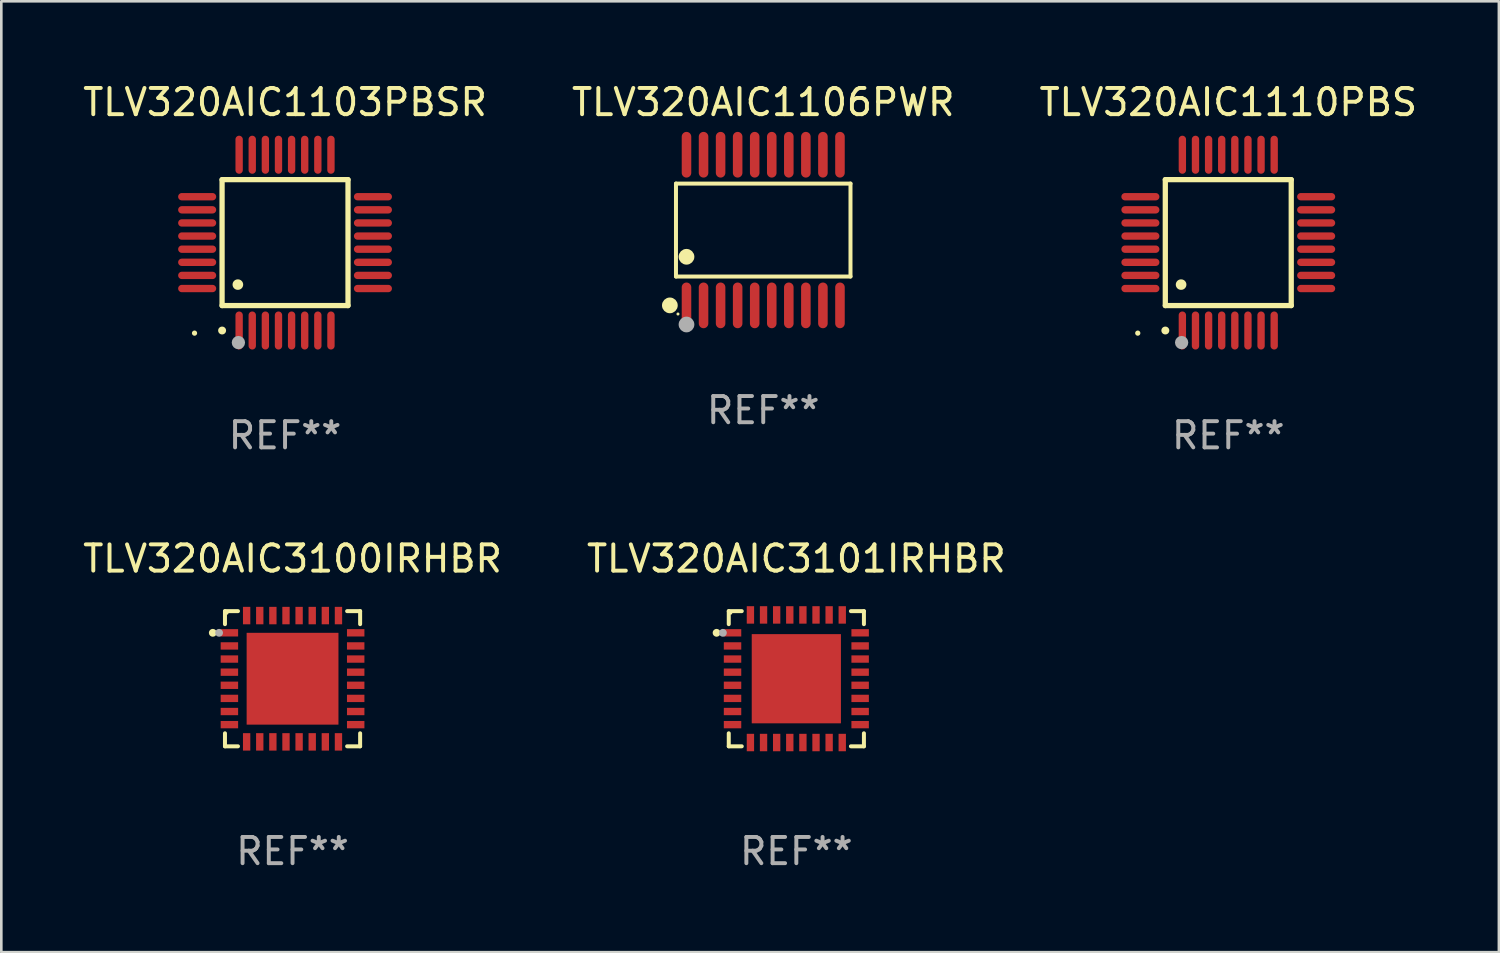
<source format=kicad_pcb>
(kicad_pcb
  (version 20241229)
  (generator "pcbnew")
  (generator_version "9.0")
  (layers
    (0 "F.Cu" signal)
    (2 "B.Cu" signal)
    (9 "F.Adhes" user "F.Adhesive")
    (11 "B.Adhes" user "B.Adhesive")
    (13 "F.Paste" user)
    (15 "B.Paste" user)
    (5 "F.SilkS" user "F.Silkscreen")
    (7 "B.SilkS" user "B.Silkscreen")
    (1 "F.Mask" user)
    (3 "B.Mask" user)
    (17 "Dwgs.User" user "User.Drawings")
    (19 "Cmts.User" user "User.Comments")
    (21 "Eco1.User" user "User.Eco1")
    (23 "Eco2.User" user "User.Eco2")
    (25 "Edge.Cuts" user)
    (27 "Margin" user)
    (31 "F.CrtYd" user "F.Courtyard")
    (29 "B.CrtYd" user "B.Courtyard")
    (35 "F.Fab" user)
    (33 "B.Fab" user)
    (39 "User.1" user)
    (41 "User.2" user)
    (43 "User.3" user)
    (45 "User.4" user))
  (footprint "TLV320AIC3101IRHBR"
    (layer "F.Cu")
    (at 27.304 22.821)
    (property "Reference" "TLV320AIC3101IRHBR" (at 0 -4.576 0) (layer "F.SilkS") (effects (font (size 1 1) (thickness 0.15))))
    (attr through_hole)
    (fp_line (start -2.576 -2.576) (end -2.576 -2.08) (stroke (width 0.152) (type solid)) (layer "F.SilkS"))
    (fp_line (start -2.576 2.576) (end -2.576 2.08) (stroke (width 0.152) (type solid)) (layer "F.SilkS"))
    (fp_line (start -2.08 -2.576) (end -2.576 -2.576) (stroke (width 0.152) (type solid)) (layer "F.SilkS"))
    (fp_line (start -2.08 2.576) (end -2.576 2.576) (stroke (width 0.152) (type solid)) (layer "F.SilkS"))
    (fp_line (start 2.08 -2.576) (end 2.576 -2.576) (stroke (width 0.152) (type solid)) (layer "F.SilkS"))
    (fp_line (start 2.08 2.576) (end 2.576 2.576) (stroke (width 0.152) (type solid)) (layer "F.SilkS"))
    (fp_line (start 2.576 -2.576) (end 2.576 -2.08) (stroke (width 0.152) (type solid)) (layer "F.SilkS"))
    (fp_line (start 2.576 2.576) (end 2.576 2.08) (stroke (width 0.152) (type solid)) (layer "F.SilkS"))
    (fp_circle (center -3.04 -1.75) (end -2.965 -1.75) (stroke (width 0.15) (type solid)) (fill no) (layer "F.SilkS"))
    (fp_circle (center -2.5 -2.5) (end -2.47 -2.5) (stroke (width 0.06) (type solid)) (fill no) (layer "F.SilkS"))
    (fp_circle (center -2.8 -1.75) (end -2.725 -1.75) (stroke (width 0.15) (type solid)) (fill no) (layer "F.Fab"))
    (fp_text user "REF**" (at 0 6.576 0) (layer "F.Fab") (effects (font (size 1 1) (thickness 0.15))))
    (pad "1" smd rect (at -2.432 -1.75) (size 0.665 0.28) (layers "F.Cu" "F.Mask" "F.Paste"))
    (pad "2" smd rect (at -2.432 -1.25) (size 0.665 0.28) (layers "F.Cu" "F.Mask" "F.Paste"))
    (pad "3" smd rect (at -2.432 -0.75) (size 0.665 0.28) (layers "F.Cu" "F.Mask" "F.Paste"))
    (pad "4" smd rect (at -2.432 -0.25) (size 0.665 0.28) (layers "F.Cu" "F.Mask" "F.Paste"))
    (pad "5" smd rect (at -2.432 0.25) (size 0.665 0.28) (layers "F.Cu" "F.Mask" "F.Paste"))
    (pad "6" smd rect (at -2.432 0.75) (size 0.665 0.28) (layers "F.Cu" "F.Mask" "F.Paste"))
    (pad "7" smd rect (at -2.432 1.25) (size 0.665 0.28) (layers "F.Cu" "F.Mask" "F.Paste"))
    (pad "8" smd rect (at -2.432 1.75) (size 0.665 0.28) (layers "F.Cu" "F.Mask" "F.Paste"))
    (pad "9" smd rect (at -1.75 2.432) (size 0.28 0.665) (layers "F.Cu" "F.Mask" "F.Paste"))
    (pad "10" smd rect (at -1.25 2.432) (size 0.28 0.665) (layers "F.Cu" "F.Mask" "F.Paste"))
    (pad "11" smd rect (at -0.75 2.432) (size 0.28 0.665) (layers "F.Cu" "F.Mask" "F.Paste"))
    (pad "12" smd rect (at -0.25 2.432) (size 0.28 0.665) (layers "F.Cu" "F.Mask" "F.Paste"))
    (pad "13" smd rect (at 0.25 2.432) (size 0.28 0.665) (layers "F.Cu" "F.Mask" "F.Paste"))
    (pad "14" smd rect (at 0.75 2.432) (size 0.28 0.665) (layers "F.Cu" "F.Mask" "F.Paste"))
    (pad "15" smd rect (at 1.25 2.432) (size 0.28 0.665) (layers "F.Cu" "F.Mask" "F.Paste"))
    (pad "16" smd rect (at 1.75 2.432) (size 0.28 0.665) (layers "F.Cu" "F.Mask" "F.Paste"))
    (pad "17" smd rect (at 2.432 1.75) (size 0.665 0.28) (layers "F.Cu" "F.Mask" "F.Paste"))
    (pad "18" smd rect (at 2.432 1.25) (size 0.665 0.28) (layers "F.Cu" "F.Mask" "F.Paste"))
    (pad "19" smd rect (at 2.432 0.75) (size 0.665 0.28) (layers "F.Cu" "F.Mask" "F.Paste"))
    (pad "20" smd rect (at 2.432 0.25) (size 0.665 0.28) (layers "F.Cu" "F.Mask" "F.Paste"))
    (pad "21" smd rect (at 2.432 -0.25) (size 0.665 0.28) (layers "F.Cu" "F.Mask" "F.Paste"))
    (pad "22" smd rect (at 2.432 -0.75) (size 0.665 0.28) (layers "F.Cu" "F.Mask" "F.Paste"))
    (pad "23" smd rect (at 2.432 -1.25) (size 0.665 0.28) (layers "F.Cu" "F.Mask" "F.Paste"))
    (pad "24" smd rect (at 2.432 -1.75) (size 0.665 0.28) (layers "F.Cu" "F.Mask" "F.Paste"))
    (pad "25" smd rect (at 1.75 -2.432) (size 0.28 0.665) (layers "F.Cu" "F.Mask" "F.Paste"))
    (pad "26" smd rect (at 1.25 -2.432) (size 0.28 0.665) (layers "F.Cu" "F.Mask" "F.Paste"))
    (pad "27" smd rect (at 0.75 -2.432) (size 0.28 0.665) (layers "F.Cu" "F.Mask" "F.Paste"))
    (pad "28" smd rect (at 0.25 -2.432) (size 0.28 0.665) (layers "F.Cu" "F.Mask" "F.Paste"))
    (pad "29" smd rect (at -0.25 -2.432) (size 0.28 0.665) (layers "F.Cu" "F.Mask" "F.Paste"))
    (pad "30" smd rect (at -0.75 -2.432) (size 0.28 0.665) (layers "F.Cu" "F.Mask" "F.Paste"))
    (pad "31" smd rect (at -1.25 -2.432) (size 0.28 0.665) (layers "F.Cu" "F.Mask" "F.Paste"))
    (pad "32" smd rect (at -1.75 -2.432) (size 0.28 0.665) (layers "F.Cu" "F.Mask" "F.Paste"))
    (pad "33" smd rect (at 0 0) (size 3.4 3.4) (layers "F.Cu" "F.Mask" "F.Paste")))
  (footprint "TLV320AIC1106PWR"
    (layer "F.Cu")
    (at 26.042 5.719)
    (property "Reference" "TLV320AIC1106PWR" (at 0 -4.871 0) (layer "F.SilkS") (effects (font (size 1 1) (thickness 0.15))))
    (attr through_hole)
    (fp_line (start -3.326 -1.771) (end 3.326 -1.771) (stroke (width 0.152) (type solid)) (layer "F.SilkS"))
    (fp_line (start -3.326 1.771) (end -3.326 -1.771) (stroke (width 0.152) (type solid)) (layer "F.SilkS"))
    (fp_line (start 3.326 -1.771) (end 3.326 1.771) (stroke (width 0.152) (type solid)) (layer "F.SilkS"))
    (fp_line (start 3.326 1.771) (end -3.326 1.771) (stroke (width 0.152) (type solid)) (layer "F.SilkS"))
    (fp_circle (center -3.559 2.871) (end -3.409 2.871) (stroke (width 0.3) (type solid)) (fill no) (layer "F.SilkS"))
    (fp_circle (center -3.25 3.2) (end -3.22 3.2) (stroke (width 0.06) (type solid)) (fill no) (layer "F.SilkS"))
    (fp_circle (center -2.925 1.019) (end -2.775 1.019) (stroke (width 0.3) (type solid)) (fill no) (layer "F.SilkS"))
    (fp_circle (center -2.925 3.6) (end -2.775 3.6) (stroke (width 0.3) (type solid)) (fill no) (layer "F.Fab"))
    (fp_text user "REF**" (at 0 6.871 0) (layer "F.Fab") (effects (font (size 1 1) (thickness 0.15))))
    (pad "1" smd oval (at -2.925 2.871) (size 0.364 1.742) (layers "F.Cu" "F.Mask" "F.Paste"))
    (pad "2" smd oval (at -2.275 2.871) (size 0.364 1.742) (layers "F.Cu" "F.Mask" "F.Paste"))
    (pad "3" smd oval (at -1.625 2.871) (size 0.364 1.742) (layers "F.Cu" "F.Mask" "F.Paste"))
    (pad "4" smd oval (at -0.975 2.871) (size 0.364 1.742) (layers "F.Cu" "F.Mask" "F.Paste"))
    (pad "5" smd oval (at -0.325 2.871) (size 0.364 1.742) (layers "F.Cu" "F.Mask" "F.Paste"))
    (pad "6" smd oval (at 0.325 2.871) (size 0.364 1.742) (layers "F.Cu" "F.Mask" "F.Paste"))
    (pad "7" smd oval (at 0.975 2.871) (size 0.364 1.742) (layers "F.Cu" "F.Mask" "F.Paste"))
    (pad "8" smd oval (at 1.625 2.871) (size 0.364 1.742) (layers "F.Cu" "F.Mask" "F.Paste"))
    (pad "9" smd oval (at 2.275 2.871) (size 0.364 1.742) (layers "F.Cu" "F.Mask" "F.Paste"))
    (pad "10" smd oval (at 2.925 2.871) (size 0.364 1.742) (layers "F.Cu" "F.Mask" "F.Paste"))
    (pad "11" smd oval (at 2.925 -2.871) (size 0.364 1.742) (layers "F.Cu" "F.Mask" "F.Paste"))
    (pad "12" smd oval (at 2.275 -2.871) (size 0.364 1.742) (layers "F.Cu" "F.Mask" "F.Paste"))
    (pad "13" smd oval (at 1.625 -2.871) (size 0.364 1.742) (layers "F.Cu" "F.Mask" "F.Paste"))
    (pad "14" smd oval (at 0.975 -2.871) (size 0.364 1.742) (layers "F.Cu" "F.Mask" "F.Paste"))
    (pad "15" smd oval (at 0.325 -2.871) (size 0.364 1.742) (layers "F.Cu" "F.Mask" "F.Paste"))
    (pad "16" smd oval (at -0.325 -2.871) (size 0.364 1.742) (layers "F.Cu" "F.Mask" "F.Paste"))
    (pad "17" smd oval (at -0.975 -2.871) (size 0.364 1.742) (layers "F.Cu" "F.Mask" "F.Paste"))
    (pad "18" smd oval (at -1.625 -2.871) (size 0.364 1.742) (layers "F.Cu" "F.Mask" "F.Paste"))
    (pad "19" smd oval (at -2.275 -2.871) (size 0.364 1.742) (layers "F.Cu" "F.Mask" "F.Paste"))
    (pad "20" smd oval (at -2.925 -2.871) (size 0.364 1.742) (layers "F.Cu" "F.Mask" "F.Paste")))
  (footprint "TLV320AIC1110PBS"
    (layer "F.Cu")
    (at 43.768 6.198)
    (property "Reference" "TLV320AIC1110PBS" (at 0 -5.35 0) (layer "F.SilkS") (effects (font (size 1 1) (thickness 0.15))))
    (attr through_hole)
    (fp_line (start -2.4 -2.4) (end -2.4 2.4) (stroke (width 0.2) (type solid)) (layer "F.SilkS"))
    (fp_line (start -2.4 2.4) (end 2.4 2.4) (stroke (width 0.2) (type solid)) (layer "F.SilkS"))
    (fp_line (start 2.4 -2.4) (end -2.4 -2.4) (stroke (width 0.2) (type solid)) (layer "F.SilkS"))
    (fp_line (start 2.4 2.4) (end 2.4 -2.4) (stroke (width 0.2) (type solid)) (layer "F.SilkS"))
    (fp_arc (start -2.400305 3.350267) (mid -2.399035 3.350262) (end -2.397765 3.350267) (stroke (width 0.3) (type solid)) (layer "F.SilkS"))
    (fp_arc (start -1.800864 1.600203) (mid -1.798324 1.600187) (end -1.795784 1.600203) (stroke (width 0.4) (type solid)) (layer "F.SilkS"))
    (fp_circle (center -3.45 3.45) (end -3.4 3.45) (stroke (width 0.1) (type solid)) (fill no) (layer "F.SilkS"))
    (fp_circle (center -1.778 3.81) (end -1.651 3.81) (stroke (width 0.254) (type solid)) (fill no) (layer "F.Fab"))
    (fp_text user "REF**" (at 0 7.35 0) (layer "F.Fab") (effects (font (size 1 1) (thickness 0.15))))
    (pad "1" smd oval (at -1.75 3.35) (size 0.28 1.45) (layers "F.Cu" "F.Mask" "F.Paste"))
    (pad "2" smd oval (at -1.25 3.35) (size 0.28 1.45) (layers "F.Cu" "F.Mask" "F.Paste"))
    (pad "3" smd oval (at -0.75 3.35) (size 0.28 1.45) (layers "F.Cu" "F.Mask" "F.Paste"))
    (pad "4" smd oval (at -0.25 3.35) (size 0.28 1.45) (layers "F.Cu" "F.Mask" "F.Paste"))
    (pad "5" smd oval (at 0.25 3.35) (size 0.28 1.45) (layers "F.Cu" "F.Mask" "F.Paste"))
    (pad "6" smd oval (at 0.75 3.35) (size 0.28 1.45) (layers "F.Cu" "F.Mask" "F.Paste"))
    (pad "7" smd oval (at 1.25 3.35) (size 0.28 1.45) (layers "F.Cu" "F.Mask" "F.Paste"))
    (pad "8" smd oval (at 1.75 3.35) (size 0.28 1.45) (layers "F.Cu" "F.Mask" "F.Paste"))
    (pad "9" smd oval (at 3.35 1.75) (size 1.45 0.28) (layers "F.Cu" "F.Mask" "F.Paste"))
    (pad "10" smd oval (at 3.35 1.25) (size 1.45 0.28) (layers "F.Cu" "F.Mask" "F.Paste"))
    (pad "11" smd oval (at 3.35 0.75) (size 1.45 0.28) (layers "F.Cu" "F.Mask" "F.Paste"))
    (pad "12" smd oval (at 3.35 0.25) (size 1.45 0.28) (layers "F.Cu" "F.Mask" "F.Paste"))
    (pad "13" smd oval (at 3.35 -0.25) (size 1.45 0.28) (layers "F.Cu" "F.Mask" "F.Paste"))
    (pad "14" smd oval (at 3.35 -0.75) (size 1.45 0.28) (layers "F.Cu" "F.Mask" "F.Paste"))
    (pad "15" smd oval (at 3.35 -1.25) (size 1.45 0.28) (layers "F.Cu" "F.Mask" "F.Paste"))
    (pad "16" smd oval (at 3.35 -1.75) (size 1.45 0.28) (layers "F.Cu" "F.Mask" "F.Paste"))
    (pad "17" smd oval (at 1.75 -3.35) (size 0.28 1.45) (layers "F.Cu" "F.Mask" "F.Paste"))
    (pad "18" smd oval (at 1.25 -3.35) (size 0.28 1.45) (layers "F.Cu" "F.Mask" "F.Paste"))
    (pad "19" smd oval (at 0.75 -3.35) (size 0.28 1.45) (layers "F.Cu" "F.Mask" "F.Paste"))
    (pad "20" smd oval (at 0.25 -3.35) (size 0.28 1.45) (layers "F.Cu" "F.Mask" "F.Paste"))
    (pad "21" smd oval (at -0.25 -3.35) (size 0.28 1.45) (layers "F.Cu" "F.Mask" "F.Paste"))
    (pad "22" smd oval (at -0.75 -3.35) (size 0.28 1.45) (layers "F.Cu" "F.Mask" "F.Paste"))
    (pad "23" smd oval (at -1.25 -3.35) (size 0.28 1.45) (layers "F.Cu" "F.Mask" "F.Paste"))
    (pad "24" smd oval (at -1.75 -3.35) (size 0.28 1.45) (layers "F.Cu" "F.Mask" "F.Paste"))
    (pad "25" smd oval (at -3.35 -1.75) (size 1.45 0.28) (layers "F.Cu" "F.Mask" "F.Paste"))
    (pad "26" smd oval (at -3.35 -1.25) (size 1.45 0.28) (layers "F.Cu" "F.Mask" "F.Paste"))
    (pad "27" smd oval (at -3.35 -0.75) (size 1.45 0.28) (layers "F.Cu" "F.Mask" "F.Paste"))
    (pad "28" smd oval (at -3.35 -0.25) (size 1.45 0.28) (layers "F.Cu" "F.Mask" "F.Paste"))
    (pad "29" smd oval (at -3.35 0.25) (size 1.45 0.28) (layers "F.Cu" "F.Mask" "F.Paste"))
    (pad "30" smd oval (at -3.35 0.75) (size 1.45 0.28) (layers "F.Cu" "F.Mask" "F.Paste"))
    (pad "31" smd oval (at -3.35 1.25) (size 1.45 0.28) (layers "F.Cu" "F.Mask" "F.Paste"))
    (pad "32" smd oval (at -3.35 1.75) (size 1.45 0.28) (layers "F.Cu" "F.Mask" "F.Paste")))
  (footprint "TLV320AIC1103PBSR"
    (layer "F.Cu")
    (at 7.815 6.198)
    (property "Reference" "TLV320AIC1103PBSR" (at 0 -5.35 0) (layer "F.SilkS") (effects (font (size 1 1) (thickness 0.15))))
    (attr through_hole)
    (fp_line (start -2.4 -2.4) (end -2.4 2.4) (stroke (width 0.2) (type solid)) (layer "F.SilkS"))
    (fp_line (start -2.4 2.4) (end 2.4 2.4) (stroke (width 0.2) (type solid)) (layer "F.SilkS"))
    (fp_line (start 2.4 -2.4) (end -2.4 -2.4) (stroke (width 0.2) (type solid)) (layer "F.SilkS"))
    (fp_line (start 2.4 2.4) (end 2.4 -2.4) (stroke (width 0.2) (type solid)) (layer "F.SilkS"))
    (fp_arc (start -2.400305 3.350267) (mid -2.399035 3.350262) (end -2.397765 3.350267) (stroke (width 0.3) (type solid)) (layer "F.SilkS"))
    (fp_arc (start -1.800864 1.600203) (mid -1.798324 1.600187) (end -1.795784 1.600203) (stroke (width 0.4) (type solid)) (layer "F.SilkS"))
    (fp_circle (center -3.45 3.45) (end -3.4 3.45) (stroke (width 0.1) (type solid)) (fill no) (layer "F.SilkS"))
    (fp_circle (center -1.778 3.81) (end -1.651 3.81) (stroke (width 0.254) (type solid)) (fill no) (layer "F.Fab"))
    (fp_text user "REF**" (at 0 7.35 0) (layer "F.Fab") (effects (font (size 1 1) (thickness 0.15))))
    (pad "1" smd oval (at -1.75 3.35) (size 0.28 1.45) (layers "F.Cu" "F.Mask" "F.Paste"))
    (pad "2" smd oval (at -1.25 3.35) (size 0.28 1.45) (layers "F.Cu" "F.Mask" "F.Paste"))
    (pad "3" smd oval (at -0.75 3.35) (size 0.28 1.45) (layers "F.Cu" "F.Mask" "F.Paste"))
    (pad "4" smd oval (at -0.25 3.35) (size 0.28 1.45) (layers "F.Cu" "F.Mask" "F.Paste"))
    (pad "5" smd oval (at 0.25 3.35) (size 0.28 1.45) (layers "F.Cu" "F.Mask" "F.Paste"))
    (pad "6" smd oval (at 0.75 3.35) (size 0.28 1.45) (layers "F.Cu" "F.Mask" "F.Paste"))
    (pad "7" smd oval (at 1.25 3.35) (size 0.28 1.45) (layers "F.Cu" "F.Mask" "F.Paste"))
    (pad "8" smd oval (at 1.75 3.35) (size 0.28 1.45) (layers "F.Cu" "F.Mask" "F.Paste"))
    (pad "9" smd oval (at 3.35 1.75) (size 1.45 0.28) (layers "F.Cu" "F.Mask" "F.Paste"))
    (pad "10" smd oval (at 3.35 1.25) (size 1.45 0.28) (layers "F.Cu" "F.Mask" "F.Paste"))
    (pad "11" smd oval (at 3.35 0.75) (size 1.45 0.28) (layers "F.Cu" "F.Mask" "F.Paste"))
    (pad "12" smd oval (at 3.35 0.25) (size 1.45 0.28) (layers "F.Cu" "F.Mask" "F.Paste"))
    (pad "13" smd oval (at 3.35 -0.25) (size 1.45 0.28) (layers "F.Cu" "F.Mask" "F.Paste"))
    (pad "14" smd oval (at 3.35 -0.75) (size 1.45 0.28) (layers "F.Cu" "F.Mask" "F.Paste"))
    (pad "15" smd oval (at 3.35 -1.25) (size 1.45 0.28) (layers "F.Cu" "F.Mask" "F.Paste"))
    (pad "16" smd oval (at 3.35 -1.75) (size 1.45 0.28) (layers "F.Cu" "F.Mask" "F.Paste"))
    (pad "17" smd oval (at 1.75 -3.35) (size 0.28 1.45) (layers "F.Cu" "F.Mask" "F.Paste"))
    (pad "18" smd oval (at 1.25 -3.35) (size 0.28 1.45) (layers "F.Cu" "F.Mask" "F.Paste"))
    (pad "19" smd oval (at 0.75 -3.35) (size 0.28 1.45) (layers "F.Cu" "F.Mask" "F.Paste"))
    (pad "20" smd oval (at 0.25 -3.35) (size 0.28 1.45) (layers "F.Cu" "F.Mask" "F.Paste"))
    (pad "21" smd oval (at -0.25 -3.35) (size 0.28 1.45) (layers "F.Cu" "F.Mask" "F.Paste"))
    (pad "22" smd oval (at -0.75 -3.35) (size 0.28 1.45) (layers "F.Cu" "F.Mask" "F.Paste"))
    (pad "23" smd oval (at -1.25 -3.35) (size 0.28 1.45) (layers "F.Cu" "F.Mask" "F.Paste"))
    (pad "24" smd oval (at -1.75 -3.35) (size 0.28 1.45) (layers "F.Cu" "F.Mask" "F.Paste"))
    (pad "25" smd oval (at -3.35 -1.75) (size 1.45 0.28) (layers "F.Cu" "F.Mask" "F.Paste"))
    (pad "26" smd oval (at -3.35 -1.25) (size 1.45 0.28) (layers "F.Cu" "F.Mask" "F.Paste"))
    (pad "27" smd oval (at -3.35 -0.75) (size 1.45 0.28) (layers "F.Cu" "F.Mask" "F.Paste"))
    (pad "28" smd oval (at -3.35 -0.25) (size 1.45 0.28) (layers "F.Cu" "F.Mask" "F.Paste"))
    (pad "29" smd oval (at -3.35 0.25) (size 1.45 0.28) (layers "F.Cu" "F.Mask" "F.Paste"))
    (pad "30" smd oval (at -3.35 0.75) (size 1.45 0.28) (layers "F.Cu" "F.Mask" "F.Paste"))
    (pad "31" smd oval (at -3.35 1.25) (size 1.45 0.28) (layers "F.Cu" "F.Mask" "F.Paste"))
    (pad "32" smd oval (at -3.35 1.75) (size 1.45 0.28) (layers "F.Cu" "F.Mask" "F.Paste")))
  (footprint "TLV320AIC3100IRHBR"
    (layer "F.Cu")
    (at 8.101 22.821)
    (property "Reference" "TLV320AIC3100IRHBR" (at 0 -4.576 0) (layer "F.SilkS") (effects (font (size 1 1) (thickness 0.15))))
    (attr through_hole)
    (fp_line (start -2.576 -2.576) (end -2.576 -2.08) (stroke (width 0.152) (type solid)) (layer "F.SilkS"))
    (fp_line (start -2.576 2.576) (end -2.576 2.08) (stroke (width 0.152) (type solid)) (layer "F.SilkS"))
    (fp_line (start -2.08 -2.576) (end -2.576 -2.576) (stroke (width 0.152) (type solid)) (layer "F.SilkS"))
    (fp_line (start -2.08 2.576) (end -2.576 2.576) (stroke (width 0.152) (type solid)) (layer "F.SilkS"))
    (fp_line (start 2.08 -2.576) (end 2.576 -2.576) (stroke (width 0.152) (type solid)) (layer "F.SilkS"))
    (fp_line (start 2.08 2.576) (end 2.576 2.576) (stroke (width 0.152) (type solid)) (layer "F.SilkS"))
    (fp_line (start 2.576 -2.576) (end 2.576 -2.08) (stroke (width 0.152) (type solid)) (layer "F.SilkS"))
    (fp_line (start 2.576 2.576) (end 2.576 2.08) (stroke (width 0.152) (type solid)) (layer "F.SilkS"))
    (fp_circle (center -3.04 -1.75) (end -2.965 -1.75) (stroke (width 0.15) (type solid)) (fill no) (layer "F.SilkS"))
    (fp_circle (center -2.5 -2.5) (end -2.47 -2.5) (stroke (width 0.06) (type solid)) (fill no) (layer "F.SilkS"))
    (fp_circle (center -2.8 -1.75) (end -2.725 -1.75) (stroke (width 0.15) (type solid)) (fill no) (layer "F.Fab"))
    (fp_text user "REF**" (at 0 6.576 0) (layer "F.Fab") (effects (font (size 1 1) (thickness 0.15))))
    (pad "1" smd rect (at -2.407 -1.75) (size 0.665 0.28) (layers "F.Cu" "F.Mask" "F.Paste"))
    (pad "2" smd rect (at -2.407 -1.25) (size 0.665 0.28) (layers "F.Cu" "F.Mask" "F.Paste"))
    (pad "3" smd rect (at -2.407 -0.75) (size 0.665 0.28) (layers "F.Cu" "F.Mask" "F.Paste"))
    (pad "4" smd rect (at -2.407 -0.25) (size 0.665 0.28) (layers "F.Cu" "F.Mask" "F.Paste"))
    (pad "5" smd rect (at -2.407 0.25) (size 0.665 0.28) (layers "F.Cu" "F.Mask" "F.Paste"))
    (pad "6" smd rect (at -2.407 0.75) (size 0.665 0.28) (layers "F.Cu" "F.Mask" "F.Paste"))
    (pad "7" smd rect (at -2.407 1.25) (size 0.665 0.28) (layers "F.Cu" "F.Mask" "F.Paste"))
    (pad "8" smd rect (at -2.407 1.75) (size 0.665 0.28) (layers "F.Cu" "F.Mask" "F.Paste"))
    (pad "9" smd rect (at -1.75 2.407) (size 0.28 0.665) (layers "F.Cu" "F.Mask" "F.Paste"))
    (pad "10" smd rect (at -1.25 2.407) (size 0.28 0.665) (layers "F.Cu" "F.Mask" "F.Paste"))
    (pad "11" smd rect (at -0.75 2.407) (size 0.28 0.665) (layers "F.Cu" "F.Mask" "F.Paste"))
    (pad "12" smd rect (at -0.25 2.407) (size 0.28 0.665) (layers "F.Cu" "F.Mask" "F.Paste"))
    (pad "13" smd rect (at 0.25 2.407) (size 0.28 0.665) (layers "F.Cu" "F.Mask" "F.Paste"))
    (pad "14" smd rect (at 0.75 2.407) (size 0.28 0.665) (layers "F.Cu" "F.Mask" "F.Paste"))
    (pad "15" smd rect (at 1.25 2.407) (size 0.28 0.665) (layers "F.Cu" "F.Mask" "F.Paste"))
    (pad "16" smd rect (at 1.75 2.407) (size 0.28 0.665) (layers "F.Cu" "F.Mask" "F.Paste"))
    (pad "17" smd rect (at 2.407 1.75) (size 0.665 0.28) (layers "F.Cu" "F.Mask" "F.Paste"))
    (pad "18" smd rect (at 2.407 1.25) (size 0.665 0.28) (layers "F.Cu" "F.Mask" "F.Paste"))
    (pad "19" smd rect (at 2.407 0.75) (size 0.665 0.28) (layers "F.Cu" "F.Mask" "F.Paste"))
    (pad "20" smd rect (at 2.407 0.25) (size 0.665 0.28) (layers "F.Cu" "F.Mask" "F.Paste"))
    (pad "21" smd rect (at 2.407 -0.25) (size 0.665 0.28) (layers "F.Cu" "F.Mask" "F.Paste"))
    (pad "22" smd rect (at 2.407 -0.75) (size 0.665 0.28) (layers "F.Cu" "F.Mask" "F.Paste"))
    (pad "23" smd rect (at 2.407 -1.25) (size 0.665 0.28) (layers "F.Cu" "F.Mask" "F.Paste"))
    (pad "24" smd rect (at 2.407 -1.75) (size 0.665 0.28) (layers "F.Cu" "F.Mask" "F.Paste"))
    (pad "25" smd rect (at 1.75 -2.407) (size 0.28 0.665) (layers "F.Cu" "F.Mask" "F.Paste"))
    (pad "26" smd rect (at 1.25 -2.407) (size 0.28 0.665) (layers "F.Cu" "F.Mask" "F.Paste"))
    (pad "27" smd rect (at 0.75 -2.407) (size 0.28 0.665) (layers "F.Cu" "F.Mask" "F.Paste"))
    (pad "28" smd rect (at 0.25 -2.407) (size 0.28 0.665) (layers "F.Cu" "F.Mask" "F.Paste"))
    (pad "29" smd rect (at -0.25 -2.407) (size 0.28 0.665) (layers "F.Cu" "F.Mask" "F.Paste"))
    (pad "30" smd rect (at -0.75 -2.407) (size 0.28 0.665) (layers "F.Cu" "F.Mask" "F.Paste"))
    (pad "31" smd rect (at -1.25 -2.407) (size 0.28 0.665) (layers "F.Cu" "F.Mask" "F.Paste"))
    (pad "32" smd rect (at -1.75 -2.407) (size 0.28 0.665) (layers "F.Cu" "F.Mask" "F.Paste"))
    (pad "33" smd rect (at 0 0) (size 3.5 3.5) (layers "F.Cu" "F.Mask" "F.Paste")))
  (gr_rect
    (start -3 -3)
    (end 54.083 33.245)
    (stroke (width 0.1) (type default))
    (fill no)
    (layer "Edge.Cuts")))
</source>
